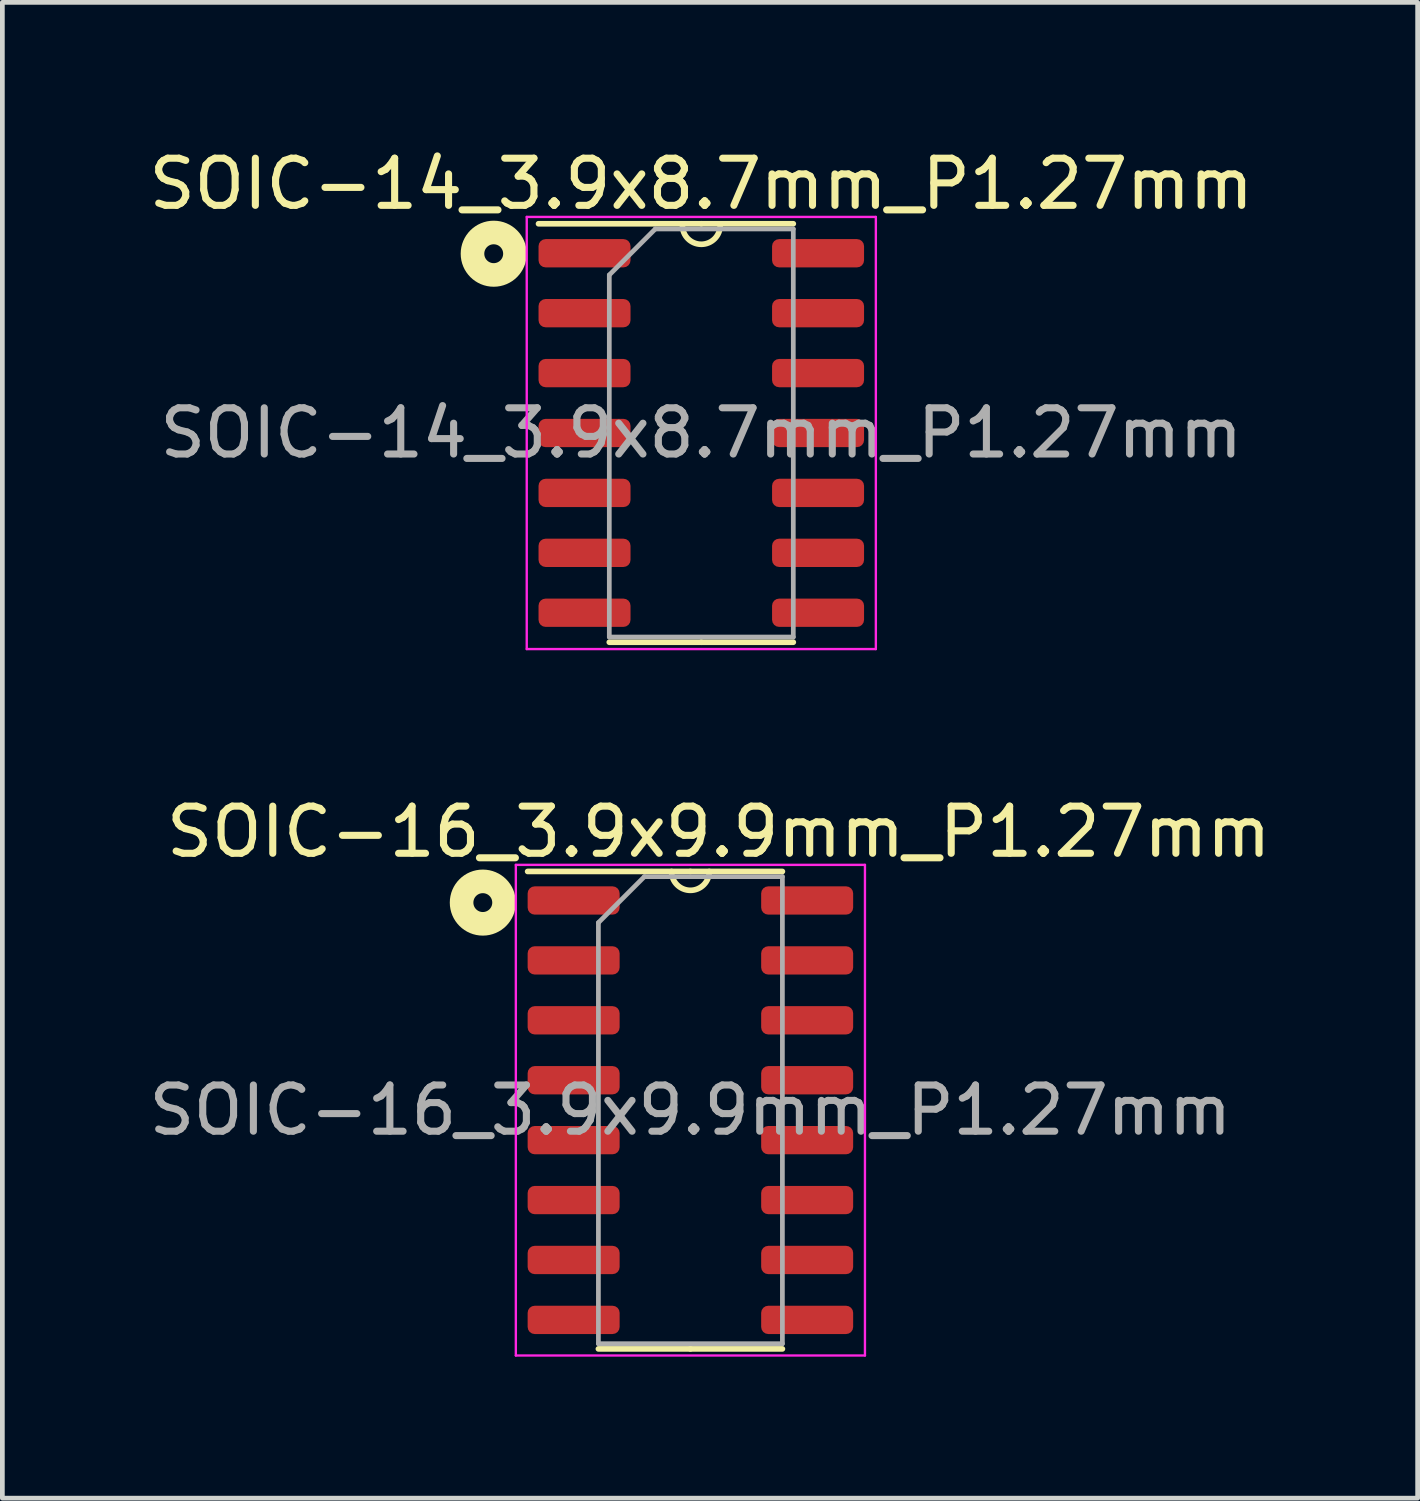
<source format=kicad_pcb>
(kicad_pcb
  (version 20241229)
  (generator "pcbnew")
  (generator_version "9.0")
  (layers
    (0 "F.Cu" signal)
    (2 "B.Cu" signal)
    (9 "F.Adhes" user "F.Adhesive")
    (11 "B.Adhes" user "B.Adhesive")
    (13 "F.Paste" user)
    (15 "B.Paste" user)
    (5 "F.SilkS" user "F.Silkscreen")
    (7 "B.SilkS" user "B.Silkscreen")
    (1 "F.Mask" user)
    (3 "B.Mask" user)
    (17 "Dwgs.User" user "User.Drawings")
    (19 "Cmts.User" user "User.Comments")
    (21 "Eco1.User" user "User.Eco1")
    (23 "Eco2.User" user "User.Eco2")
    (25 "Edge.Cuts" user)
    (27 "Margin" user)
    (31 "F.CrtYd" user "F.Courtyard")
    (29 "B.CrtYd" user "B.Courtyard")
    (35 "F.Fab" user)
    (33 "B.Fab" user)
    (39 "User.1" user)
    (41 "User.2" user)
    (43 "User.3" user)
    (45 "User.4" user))
  (footprint "SOIC-16_3.9x9.9mm_P1.27mm"
    (layer "F.Cu")
    (at 11.584 20.482)
    (property "Reference" "SOIC-16_3.9x9.9mm_P1.27mm" (at 0.6 -5.9 0) (layer "F.SilkS") (effects (font (size 1 1) (thickness 0.15))))
    (attr smd)
    (fp_line (start 0 -5.06) (end -3.45 -5.06) (stroke (width 0.12) (type solid)) (layer "F.SilkS"))
    (fp_line (start 0 -5.06) (end 1.95 -5.06) (stroke (width 0.12) (type solid)) (layer "F.SilkS"))
    (fp_line (start 0 5.06) (end -1.95 5.06) (stroke (width 0.12) (type solid)) (layer "F.SilkS"))
    (fp_line (start 0 5.06) (end 1.95 5.06) (stroke (width 0.12) (type solid)) (layer "F.SilkS"))
    (fp_arc (start 0.4 -5.06) (mid 0 -4.66) (end -0.4 -5.06) (stroke (width 0.12) (type solid)) (layer "F.SilkS"))
    (fp_circle (center -4.4 -4.4) (end -4.2 -4.4) (stroke (width 0.5) (type solid)) (fill no) (layer "F.SilkS"))
    (fp_line (start -3.7 -5.2) (end -3.7 5.2) (stroke (width 0.05) (type solid)) (layer "F.CrtYd"))
    (fp_line (start -3.7 5.2) (end 3.7 5.2) (stroke (width 0.05) (type solid)) (layer "F.CrtYd"))
    (fp_line (start 3.7 -5.2) (end -3.7 -5.2) (stroke (width 0.05) (type solid)) (layer "F.CrtYd"))
    (fp_line (start 3.7 5.2) (end 3.7 -5.2) (stroke (width 0.05) (type solid)) (layer "F.CrtYd"))
    (fp_line (start -1.95 -3.975) (end -0.975 -4.95) (stroke (width 0.1) (type solid)) (layer "F.Fab"))
    (fp_line (start -1.95 4.95) (end -1.95 -3.975) (stroke (width 0.1) (type solid)) (layer "F.Fab"))
    (fp_line (start -0.975 -4.95) (end 1.95 -4.95) (stroke (width 0.1) (type solid)) (layer "F.Fab"))
    (fp_line (start 1.95 -4.95) (end 1.95 4.95) (stroke (width 0.1) (type solid)) (layer "F.Fab"))
    (fp_line (start 1.95 4.95) (end -1.95 4.95) (stroke (width 0.1) (type solid)) (layer "F.Fab"))
    (fp_text user "${REFERENCE}" (at 0 0 0) (layer "F.Fab") (effects (font (size 0.98 0.98) (thickness 0.15))))
    (pad "1" smd roundrect (at -2.475 -4.445) (size 1.95 0.6) (layers "F.Cu" "F.Mask" "F.Paste") (roundrect_rratio 0.25))
    (pad "2" smd roundrect (at -2.475 -3.175) (size 1.95 0.6) (layers "F.Cu" "F.Mask" "F.Paste") (roundrect_rratio 0.25))
    (pad "3" smd roundrect (at -2.475 -1.905) (size 1.95 0.6) (layers "F.Cu" "F.Mask" "F.Paste") (roundrect_rratio 0.25))
    (pad "4" smd roundrect (at -2.475 -0.635) (size 1.95 0.6) (layers "F.Cu" "F.Mask" "F.Paste") (roundrect_rratio 0.25))
    (pad "5" smd roundrect (at -2.475 0.635) (size 1.95 0.6) (layers "F.Cu" "F.Mask" "F.Paste") (roundrect_rratio 0.25))
    (pad "6" smd roundrect (at -2.475 1.905) (size 1.95 0.6) (layers "F.Cu" "F.Mask" "F.Paste") (roundrect_rratio 0.25))
    (pad "7" smd roundrect (at -2.475 3.175) (size 1.95 0.6) (layers "F.Cu" "F.Mask" "F.Paste") (roundrect_rratio 0.25))
    (pad "8" smd roundrect (at -2.475 4.445) (size 1.95 0.6) (layers "F.Cu" "F.Mask" "F.Paste") (roundrect_rratio 0.25))
    (pad "9" smd roundrect (at 2.475 4.445) (size 1.95 0.6) (layers "F.Cu" "F.Mask" "F.Paste") (roundrect_rratio 0.25))
    (pad "10" smd roundrect (at 2.475 3.175) (size 1.95 0.6) (layers "F.Cu" "F.Mask" "F.Paste") (roundrect_rratio 0.25))
    (pad "11" smd roundrect (at 2.475 1.905) (size 1.95 0.6) (layers "F.Cu" "F.Mask" "F.Paste") (roundrect_rratio 0.25))
    (pad "12" smd roundrect (at 2.475 0.635) (size 1.95 0.6) (layers "F.Cu" "F.Mask" "F.Paste") (roundrect_rratio 0.25))
    (pad "13" smd roundrect (at 2.475 -0.635) (size 1.95 0.6) (layers "F.Cu" "F.Mask" "F.Paste") (roundrect_rratio 0.25))
    (pad "14" smd roundrect (at 2.475 -1.905) (size 1.95 0.6) (layers "F.Cu" "F.Mask" "F.Paste") (roundrect_rratio 0.25))
    (pad "15" smd roundrect (at 2.475 -3.175) (size 1.95 0.6) (layers "F.Cu" "F.Mask" "F.Paste") (roundrect_rratio 0.25))
    (pad "16" smd roundrect (at 2.475 -4.445) (size 1.95 0.6) (layers "F.Cu" "F.Mask" "F.Paste") (roundrect_rratio 0.25)))
  (footprint "SOIC-14_3.9x8.7mm_P1.27mm"
    (layer "F.Cu")
    (at 11.815 6.128)
    (property "Reference" "SOIC-14_3.9x8.7mm_P1.27mm" (at 0 -5.28 0) (layer "F.SilkS") (effects (font (size 1 1) (thickness 0.15))))
    (attr smd)
    (fp_line (start 0 -4.435) (end -3.45 -4.435) (stroke (width 0.12) (type solid)) (layer "F.SilkS"))
    (fp_line (start 0 -4.435) (end 1.95 -4.435) (stroke (width 0.12) (type solid)) (layer "F.SilkS"))
    (fp_line (start 0 4.435) (end -1.95 4.435) (stroke (width 0.12) (type solid)) (layer "F.SilkS"))
    (fp_line (start 0 4.435) (end 1.95 4.435) (stroke (width 0.12) (type solid)) (layer "F.SilkS"))
    (fp_arc (start 0.4 -4.4) (mid 0 -4) (end -0.4 -4.4) (stroke (width 0.12) (type solid)) (layer "F.SilkS"))
    (fp_circle (center -4.4 -3.8) (end -4.2 -3.8) (stroke (width 0.5) (type solid)) (fill no) (layer "F.SilkS"))
    (fp_line (start -3.7 -4.58) (end -3.7 4.58) (stroke (width 0.05) (type solid)) (layer "F.CrtYd"))
    (fp_line (start -3.7 4.58) (end 3.7 4.58) (stroke (width 0.05) (type solid)) (layer "F.CrtYd"))
    (fp_line (start 3.7 -4.58) (end -3.7 -4.58) (stroke (width 0.05) (type solid)) (layer "F.CrtYd"))
    (fp_line (start 3.7 4.58) (end 3.7 -4.58) (stroke (width 0.05) (type solid)) (layer "F.CrtYd"))
    (fp_line (start -1.95 -3.35) (end -0.975 -4.325) (stroke (width 0.1) (type solid)) (layer "F.Fab"))
    (fp_line (start -1.95 4.325) (end -1.95 -3.35) (stroke (width 0.1) (type solid)) (layer "F.Fab"))
    (fp_line (start -0.975 -4.325) (end 1.95 -4.325) (stroke (width 0.1) (type solid)) (layer "F.Fab"))
    (fp_line (start 1.95 -4.325) (end 1.95 4.325) (stroke (width 0.1) (type solid)) (layer "F.Fab"))
    (fp_line (start 1.95 4.325) (end -1.95 4.325) (stroke (width 0.1) (type solid)) (layer "F.Fab"))
    (fp_text user "${REFERENCE}" (at 0 0 0) (layer "F.Fab") (effects (font (size 0.98 0.98) (thickness 0.15))))
    (pad "1" smd roundrect (at -2.475 -3.81) (size 1.95 0.6) (layers "F.Cu" "F.Mask" "F.Paste") (roundrect_rratio 0.25))
    (pad "2" smd roundrect (at -2.475 -2.54) (size 1.95 0.6) (layers "F.Cu" "F.Mask" "F.Paste") (roundrect_rratio 0.25))
    (pad "3" smd roundrect (at -2.475 -1.27) (size 1.95 0.6) (layers "F.Cu" "F.Mask" "F.Paste") (roundrect_rratio 0.25))
    (pad "4" smd roundrect (at -2.475 0) (size 1.95 0.6) (layers "F.Cu" "F.Mask" "F.Paste") (roundrect_rratio 0.25))
    (pad "5" smd roundrect (at -2.475 1.27) (size 1.95 0.6) (layers "F.Cu" "F.Mask" "F.Paste") (roundrect_rratio 0.25))
    (pad "6" smd roundrect (at -2.475 2.54) (size 1.95 0.6) (layers "F.Cu" "F.Mask" "F.Paste") (roundrect_rratio 0.25))
    (pad "7" smd roundrect (at -2.475 3.81) (size 1.95 0.6) (layers "F.Cu" "F.Mask" "F.Paste") (roundrect_rratio 0.25))
    (pad "8" smd roundrect (at 2.475 3.81) (size 1.95 0.6) (layers "F.Cu" "F.Mask" "F.Paste") (roundrect_rratio 0.25))
    (pad "9" smd roundrect (at 2.475 2.54) (size 1.95 0.6) (layers "F.Cu" "F.Mask" "F.Paste") (roundrect_rratio 0.25))
    (pad "10" smd roundrect (at 2.475 1.27) (size 1.95 0.6) (layers "F.Cu" "F.Mask" "F.Paste") (roundrect_rratio 0.25))
    (pad "11" smd roundrect (at 2.475 0) (size 1.95 0.6) (layers "F.Cu" "F.Mask" "F.Paste") (roundrect_rratio 0.25))
    (pad "12" smd roundrect (at 2.475 -1.27) (size 1.95 0.6) (layers "F.Cu" "F.Mask" "F.Paste") (roundrect_rratio 0.25))
    (pad "13" smd roundrect (at 2.475 -2.54) (size 1.95 0.6) (layers "F.Cu" "F.Mask" "F.Paste") (roundrect_rratio 0.25))
    (pad "14" smd roundrect (at 2.475 -3.81) (size 1.95 0.6) (layers "F.Cu" "F.Mask" "F.Paste") (roundrect_rratio 0.25)))
  (gr_rect
    (start -3 -3)
    (end 26.999 28.706)
    (stroke (width 0.1) (type default))
    (fill no)
    (layer "Edge.Cuts")))
</source>
